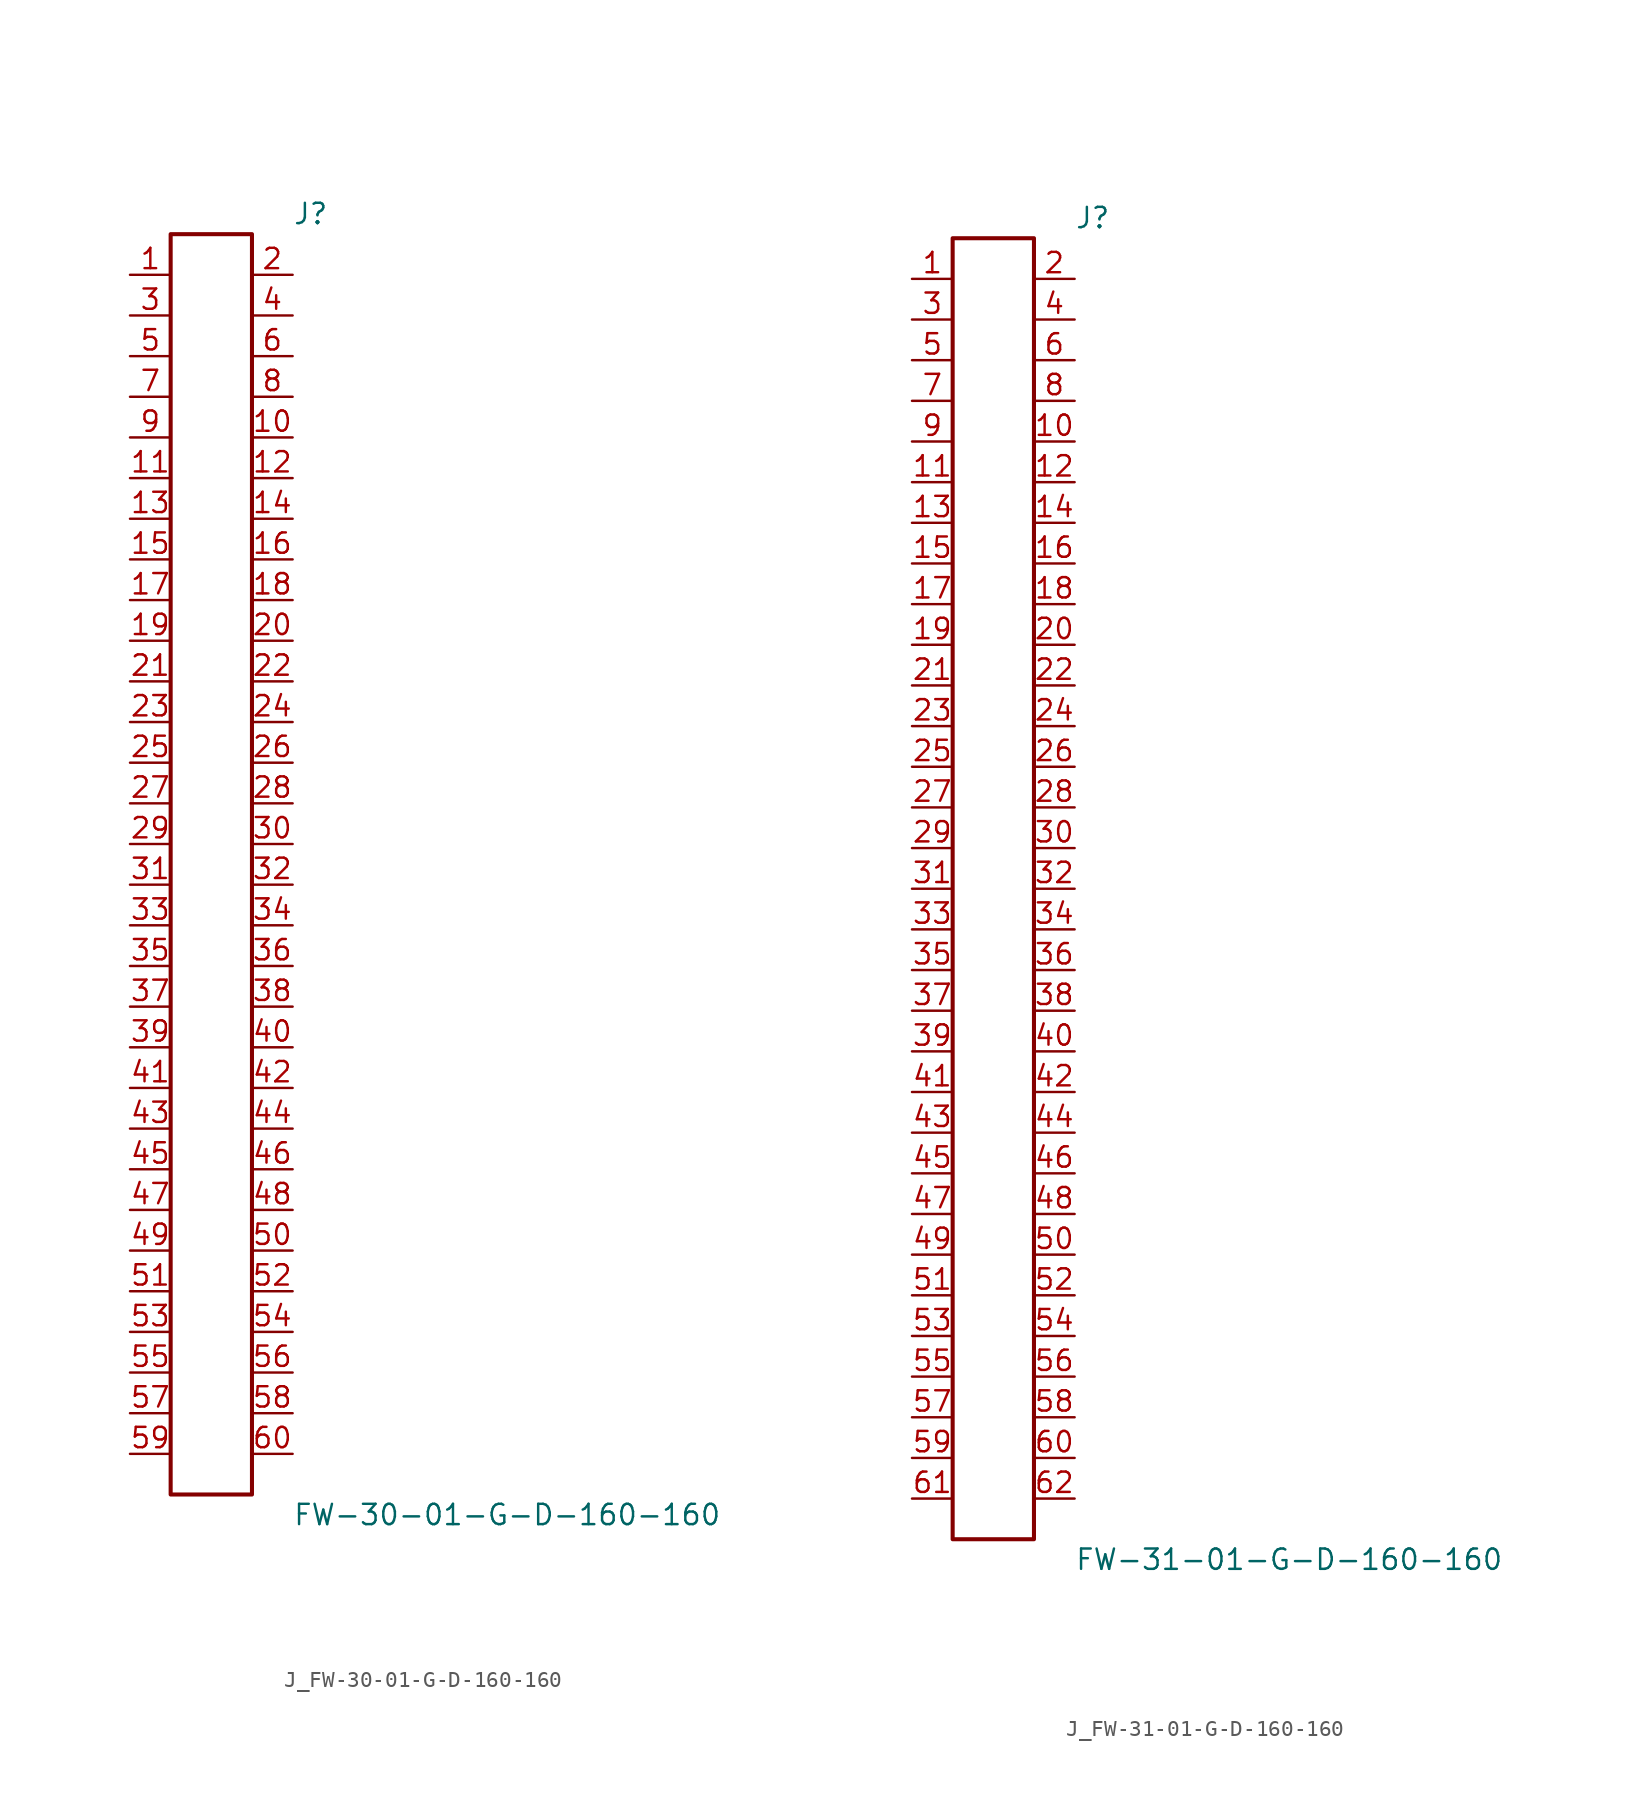
<source format=kicad_sym>
(kicad_symbol_lib
  (version 20231120)
  (generator kicad_symbol_editor)
  (generator_version 8.0)
  (symbol "J_FW-30-01-G-D-160-160"
    (pin_names
      (offset 0.254))
    (property "Reference" "J"
      (at 5.08 40.64 0)
      (effects (font (size 1.27 1.27)) (justify left)))
    (property "Value" "FW-30-01-G-D-160-160"
      (at 5.08 -40.64 0)
      (effects (font (size 1.27 1.27)) (justify left)))
    (symbol "J_FW-30-01-G-D-160-160_0_0"
      (pin unspecified line (at -5.08 36.83 0) (length 2.54) (name "" (effects (font (size 1.27 1.27)))) (number "1" (effects (font (size 1.27 1.27)))))
      (pin unspecified line (at 5.08 36.83 180) (length 2.54) (name "" (effects (font (size 1.27 1.27)))) (number "2" (effects (font (size 1.27 1.27)))))
      (pin unspecified line (at -5.08 34.29 0) (length 2.54) (name "" (effects (font (size 1.27 1.27)))) (number "3" (effects (font (size 1.27 1.27)))))
      (pin unspecified line (at 5.08 34.29 180) (length 2.54) (name "" (effects (font (size 1.27 1.27)))) (number "4" (effects (font (size 1.27 1.27)))))
      (pin unspecified line (at -5.08 31.75 0) (length 2.54) (name "" (effects (font (size 1.27 1.27)))) (number "5" (effects (font (size 1.27 1.27)))))
      (pin unspecified line (at 5.08 31.75 180) (length 2.54) (name "" (effects (font (size 1.27 1.27)))) (number "6" (effects (font (size 1.27 1.27)))))
      (pin unspecified line (at -5.08 29.21 0) (length 2.54) (name "" (effects (font (size 1.27 1.27)))) (number "7" (effects (font (size 1.27 1.27)))))
      (pin unspecified line (at 5.08 29.21 180) (length 2.54) (name "" (effects (font (size 1.27 1.27)))) (number "8" (effects (font (size 1.27 1.27)))))
      (pin unspecified line (at -5.08 26.67 0) (length 2.54) (name "" (effects (font (size 1.27 1.27)))) (number "9" (effects (font (size 1.27 1.27)))))
      (pin unspecified line (at 5.08 26.67 180) (length 2.54) (name "" (effects (font (size 1.27 1.27)))) (number "10" (effects (font (size 1.27 1.27)))))
      (pin unspecified line (at -5.08 24.13 0) (length 2.54) (name "" (effects (font (size 1.27 1.27)))) (number "11" (effects (font (size 1.27 1.27)))))
      (pin unspecified line (at 5.08 24.13 180) (length 2.54) (name "" (effects (font (size 1.27 1.27)))) (number "12" (effects (font (size 1.27 1.27)))))
      (pin unspecified line (at -5.08 21.59 0) (length 2.54) (name "" (effects (font (size 1.27 1.27)))) (number "13" (effects (font (size 1.27 1.27)))))
      (pin unspecified line (at 5.08 21.59 180) (length 2.54) (name "" (effects (font (size 1.27 1.27)))) (number "14" (effects (font (size 1.27 1.27)))))
      (pin unspecified line (at -5.08 19.05 0) (length 2.54) (name "" (effects (font (size 1.27 1.27)))) (number "15" (effects (font (size 1.27 1.27)))))
      (pin unspecified line (at 5.08 19.05 180) (length 2.54) (name "" (effects (font (size 1.27 1.27)))) (number "16" (effects (font (size 1.27 1.27)))))
      (pin unspecified line (at -5.08 16.51 0) (length 2.54) (name "" (effects (font (size 1.27 1.27)))) (number "17" (effects (font (size 1.27 1.27)))))
      (pin unspecified line (at 5.08 16.51 180) (length 2.54) (name "" (effects (font (size 1.27 1.27)))) (number "18" (effects (font (size 1.27 1.27)))))
      (pin unspecified line (at -5.08 13.97 0) (length 2.54) (name "" (effects (font (size 1.27 1.27)))) (number "19" (effects (font (size 1.27 1.27)))))
      (pin unspecified line (at 5.08 13.97 180) (length 2.54) (name "" (effects (font (size 1.27 1.27)))) (number "20" (effects (font (size 1.27 1.27)))))
      (pin unspecified line (at -5.08 11.43 0) (length 2.54) (name "" (effects (font (size 1.27 1.27)))) (number "21" (effects (font (size 1.27 1.27)))))
      (pin unspecified line (at 5.08 11.43 180) (length 2.54) (name "" (effects (font (size 1.27 1.27)))) (number "22" (effects (font (size 1.27 1.27)))))
      (pin unspecified line (at -5.08 8.89 0) (length 2.54) (name "" (effects (font (size 1.27 1.27)))) (number "23" (effects (font (size 1.27 1.27)))))
      (pin unspecified line (at 5.08 8.89 180) (length 2.54) (name "" (effects (font (size 1.27 1.27)))) (number "24" (effects (font (size 1.27 1.27)))))
      (pin unspecified line (at -5.08 6.35 0) (length 2.54) (name "" (effects (font (size 1.27 1.27)))) (number "25" (effects (font (size 1.27 1.27)))))
      (pin unspecified line (at 5.08 6.35 180) (length 2.54) (name "" (effects (font (size 1.27 1.27)))) (number "26" (effects (font (size 1.27 1.27)))))
      (pin unspecified line (at -5.08 3.81 0) (length 2.54) (name "" (effects (font (size 1.27 1.27)))) (number "27" (effects (font (size 1.27 1.27)))))
      (pin unspecified line (at 5.08 3.81 180) (length 2.54) (name "" (effects (font (size 1.27 1.27)))) (number "28" (effects (font (size 1.27 1.27)))))
      (pin unspecified line (at -5.08 1.27 0) (length 2.54) (name "" (effects (font (size 1.27 1.27)))) (number "29" (effects (font (size 1.27 1.27)))))
      (pin unspecified line (at 5.08 1.27 180) (length 2.54) (name "" (effects (font (size 1.27 1.27)))) (number "30" (effects (font (size 1.27 1.27)))))
      (pin unspecified line (at -5.08 -1.27 0) (length 2.54) (name "" (effects (font (size 1.27 1.27)))) (number "31" (effects (font (size 1.27 1.27)))))
      (pin unspecified line (at 5.08 -1.27 180) (length 2.54) (name "" (effects (font (size 1.27 1.27)))) (number "32" (effects (font (size 1.27 1.27)))))
      (pin unspecified line (at -5.08 -3.81 0) (length 2.54) (name "" (effects (font (size 1.27 1.27)))) (number "33" (effects (font (size 1.27 1.27)))))
      (pin unspecified line (at 5.08 -3.81 180) (length 2.54) (name "" (effects (font (size 1.27 1.27)))) (number "34" (effects (font (size 1.27 1.27)))))
      (pin unspecified line (at -5.08 -6.35 0) (length 2.54) (name "" (effects (font (size 1.27 1.27)))) (number "35" (effects (font (size 1.27 1.27)))))
      (pin unspecified line (at 5.08 -6.35 180) (length 2.54) (name "" (effects (font (size 1.27 1.27)))) (number "36" (effects (font (size 1.27 1.27)))))
      (pin unspecified line (at -5.08 -8.89 0) (length 2.54) (name "" (effects (font (size 1.27 1.27)))) (number "37" (effects (font (size 1.27 1.27)))))
      (pin unspecified line (at 5.08 -8.89 180) (length 2.54) (name "" (effects (font (size 1.27 1.27)))) (number "38" (effects (font (size 1.27 1.27)))))
      (pin unspecified line (at -5.08 -11.43 0) (length 2.54) (name "" (effects (font (size 1.27 1.27)))) (number "39" (effects (font (size 1.27 1.27)))))
      (pin unspecified line (at 5.08 -11.43 180) (length 2.54) (name "" (effects (font (size 1.27 1.27)))) (number "40" (effects (font (size 1.27 1.27)))))
      (pin unspecified line (at -5.08 -13.97 0) (length 2.54) (name "" (effects (font (size 1.27 1.27)))) (number "41" (effects (font (size 1.27 1.27)))))
      (pin unspecified line (at 5.08 -13.97 180) (length 2.54) (name "" (effects (font (size 1.27 1.27)))) (number "42" (effects (font (size 1.27 1.27)))))
      (pin unspecified line (at -5.08 -16.51 0) (length 2.54) (name "" (effects (font (size 1.27 1.27)))) (number "43" (effects (font (size 1.27 1.27)))))
      (pin unspecified line (at 5.08 -16.51 180) (length 2.54) (name "" (effects (font (size 1.27 1.27)))) (number "44" (effects (font (size 1.27 1.27)))))
      (pin unspecified line (at -5.08 -19.05 0) (length 2.54) (name "" (effects (font (size 1.27 1.27)))) (number "45" (effects (font (size 1.27 1.27)))))
      (pin unspecified line (at 5.08 -19.05 180) (length 2.54) (name "" (effects (font (size 1.27 1.27)))) (number "46" (effects (font (size 1.27 1.27)))))
      (pin unspecified line (at -5.08 -21.59 0) (length 2.54) (name "" (effects (font (size 1.27 1.27)))) (number "47" (effects (font (size 1.27 1.27)))))
      (pin unspecified line (at 5.08 -21.59 180) (length 2.54) (name "" (effects (font (size 1.27 1.27)))) (number "48" (effects (font (size 1.27 1.27)))))
      (pin unspecified line (at -5.08 -24.13 0) (length 2.54) (name "" (effects (font (size 1.27 1.27)))) (number "49" (effects (font (size 1.27 1.27)))))
      (pin unspecified line (at 5.08 -24.13 180) (length 2.54) (name "" (effects (font (size 1.27 1.27)))) (number "50" (effects (font (size 1.27 1.27)))))
      (pin unspecified line (at -5.08 -26.67 0) (length 2.54) (name "" (effects (font (size 1.27 1.27)))) (number "51" (effects (font (size 1.27 1.27)))))
      (pin unspecified line (at 5.08 -26.67 180) (length 2.54) (name "" (effects (font (size 1.27 1.27)))) (number "52" (effects (font (size 1.27 1.27)))))
      (pin unspecified line (at -5.08 -29.21 0) (length 2.54) (name "" (effects (font (size 1.27 1.27)))) (number "53" (effects (font (size 1.27 1.27)))))
      (pin unspecified line (at 5.08 -29.21 180) (length 2.54) (name "" (effects (font (size 1.27 1.27)))) (number "54" (effects (font (size 1.27 1.27)))))
      (pin unspecified line (at -5.08 -31.75 0) (length 2.54) (name "" (effects (font (size 1.27 1.27)))) (number "55" (effects (font (size 1.27 1.27)))))
      (pin unspecified line (at 5.08 -31.75 180) (length 2.54) (name "" (effects (font (size 1.27 1.27)))) (number "56" (effects (font (size 1.27 1.27)))))
      (pin unspecified line (at -5.08 -34.29 0) (length 2.54) (name "" (effects (font (size 1.27 1.27)))) (number "57" (effects (font (size 1.27 1.27)))))
      (pin unspecified line (at 5.08 -34.29 180) (length 2.54) (name "" (effects (font (size 1.27 1.27)))) (number "58" (effects (font (size 1.27 1.27)))))
      (pin unspecified line (at -5.08 -36.83 0) (length 2.54) (name "" (effects (font (size 1.27 1.27)))) (number "59" (effects (font (size 1.27 1.27)))))
      (pin unspecified line (at 5.08 -36.83 180) (length 2.54) (name "" (effects (font (size 1.27 1.27)))) (number "60" (effects (font (size 1.27 1.27))))))
    (symbol "J_FW-30-01-G-D-160-160_1_0"
      (rectangle (start -2.54 39.37) (end 2.54 -39.37) (stroke (width 0.254) (type solid)) (fill (type none)))))
  (symbol "J_FW-31-01-G-D-160-160"
    (pin_names
      (offset 0.254))
    (property "Reference" "J"
      (at 5.08 41.91 0)
      (effects (font (size 1.27 1.27)) (justify left)))
    (property "Value" "FW-31-01-G-D-160-160"
      (at 5.08 -41.91 0)
      (effects (font (size 1.27 1.27)) (justify left)))
    (symbol "J_FW-31-01-G-D-160-160_0_0"
      (pin unspecified line (at -5.08 38.1 0) (length 2.54) (name "" (effects (font (size 1.27 1.27)))) (number "1" (effects (font (size 1.27 1.27)))))
      (pin unspecified line (at 5.08 38.1 180) (length 2.54) (name "" (effects (font (size 1.27 1.27)))) (number "2" (effects (font (size 1.27 1.27)))))
      (pin unspecified line (at -5.08 35.56 0) (length 2.54) (name "" (effects (font (size 1.27 1.27)))) (number "3" (effects (font (size 1.27 1.27)))))
      (pin unspecified line (at 5.08 35.56 180) (length 2.54) (name "" (effects (font (size 1.27 1.27)))) (number "4" (effects (font (size 1.27 1.27)))))
      (pin unspecified line (at -5.08 33.02 0) (length 2.54) (name "" (effects (font (size 1.27 1.27)))) (number "5" (effects (font (size 1.27 1.27)))))
      (pin unspecified line (at 5.08 33.02 180) (length 2.54) (name "" (effects (font (size 1.27 1.27)))) (number "6" (effects (font (size 1.27 1.27)))))
      (pin unspecified line (at -5.08 30.48 0) (length 2.54) (name "" (effects (font (size 1.27 1.27)))) (number "7" (effects (font (size 1.27 1.27)))))
      (pin unspecified line (at 5.08 30.48 180) (length 2.54) (name "" (effects (font (size 1.27 1.27)))) (number "8" (effects (font (size 1.27 1.27)))))
      (pin unspecified line (at -5.08 27.94 0) (length 2.54) (name "" (effects (font (size 1.27 1.27)))) (number "9" (effects (font (size 1.27 1.27)))))
      (pin unspecified line (at 5.08 27.94 180) (length 2.54) (name "" (effects (font (size 1.27 1.27)))) (number "10" (effects (font (size 1.27 1.27)))))
      (pin unspecified line (at -5.08 25.4 0) (length 2.54) (name "" (effects (font (size 1.27 1.27)))) (number "11" (effects (font (size 1.27 1.27)))))
      (pin unspecified line (at 5.08 25.4 180) (length 2.54) (name "" (effects (font (size 1.27 1.27)))) (number "12" (effects (font (size 1.27 1.27)))))
      (pin unspecified line (at -5.08 22.86 0) (length 2.54) (name "" (effects (font (size 1.27 1.27)))) (number "13" (effects (font (size 1.27 1.27)))))
      (pin unspecified line (at 5.08 22.86 180) (length 2.54) (name "" (effects (font (size 1.27 1.27)))) (number "14" (effects (font (size 1.27 1.27)))))
      (pin unspecified line (at -5.08 20.32 0) (length 2.54) (name "" (effects (font (size 1.27 1.27)))) (number "15" (effects (font (size 1.27 1.27)))))
      (pin unspecified line (at 5.08 20.32 180) (length 2.54) (name "" (effects (font (size 1.27 1.27)))) (number "16" (effects (font (size 1.27 1.27)))))
      (pin unspecified line (at -5.08 17.78 0) (length 2.54) (name "" (effects (font (size 1.27 1.27)))) (number "17" (effects (font (size 1.27 1.27)))))
      (pin unspecified line (at 5.08 17.78 180) (length 2.54) (name "" (effects (font (size 1.27 1.27)))) (number "18" (effects (font (size 1.27 1.27)))))
      (pin unspecified line (at -5.08 15.24 0) (length 2.54) (name "" (effects (font (size 1.27 1.27)))) (number "19" (effects (font (size 1.27 1.27)))))
      (pin unspecified line (at 5.08 15.24 180) (length 2.54) (name "" (effects (font (size 1.27 1.27)))) (number "20" (effects (font (size 1.27 1.27)))))
      (pin unspecified line (at -5.08 12.7 0) (length 2.54) (name "" (effects (font (size 1.27 1.27)))) (number "21" (effects (font (size 1.27 1.27)))))
      (pin unspecified line (at 5.08 12.7 180) (length 2.54) (name "" (effects (font (size 1.27 1.27)))) (number "22" (effects (font (size 1.27 1.27)))))
      (pin unspecified line (at -5.08 10.16 0) (length 2.54) (name "" (effects (font (size 1.27 1.27)))) (number "23" (effects (font (size 1.27 1.27)))))
      (pin unspecified line (at 5.08 10.16 180) (length 2.54) (name "" (effects (font (size 1.27 1.27)))) (number "24" (effects (font (size 1.27 1.27)))))
      (pin unspecified line (at -5.08 7.62 0) (length 2.54) (name "" (effects (font (size 1.27 1.27)))) (number "25" (effects (font (size 1.27 1.27)))))
      (pin unspecified line (at 5.08 7.62 180) (length 2.54) (name "" (effects (font (size 1.27 1.27)))) (number "26" (effects (font (size 1.27 1.27)))))
      (pin unspecified line (at -5.08 5.08 0) (length 2.54) (name "" (effects (font (size 1.27 1.27)))) (number "27" (effects (font (size 1.27 1.27)))))
      (pin unspecified line (at 5.08 5.08 180) (length 2.54) (name "" (effects (font (size 1.27 1.27)))) (number "28" (effects (font (size 1.27 1.27)))))
      (pin unspecified line (at -5.08 2.54 0) (length 2.54) (name "" (effects (font (size 1.27 1.27)))) (number "29" (effects (font (size 1.27 1.27)))))
      (pin unspecified line (at 5.08 2.54 180) (length 2.54) (name "" (effects (font (size 1.27 1.27)))) (number "30" (effects (font (size 1.27 1.27)))))
      (pin unspecified line (at -5.08 0.0 0) (length 2.54) (name "" (effects (font (size 1.27 1.27)))) (number "31" (effects (font (size 1.27 1.27)))))
      (pin unspecified line (at 5.08 0.0 180) (length 2.54) (name "" (effects (font (size 1.27 1.27)))) (number "32" (effects (font (size 1.27 1.27)))))
      (pin unspecified line (at -5.08 -2.54 0) (length 2.54) (name "" (effects (font (size 1.27 1.27)))) (number "33" (effects (font (size 1.27 1.27)))))
      (pin unspecified line (at 5.08 -2.54 180) (length 2.54) (name "" (effects (font (size 1.27 1.27)))) (number "34" (effects (font (size 1.27 1.27)))))
      (pin unspecified line (at -5.08 -5.08 0) (length 2.54) (name "" (effects (font (size 1.27 1.27)))) (number "35" (effects (font (size 1.27 1.27)))))
      (pin unspecified line (at 5.08 -5.08 180) (length 2.54) (name "" (effects (font (size 1.27 1.27)))) (number "36" (effects (font (size 1.27 1.27)))))
      (pin unspecified line (at -5.08 -7.62 0) (length 2.54) (name "" (effects (font (size 1.27 1.27)))) (number "37" (effects (font (size 1.27 1.27)))))
      (pin unspecified line (at 5.08 -7.62 180) (length 2.54) (name "" (effects (font (size 1.27 1.27)))) (number "38" (effects (font (size 1.27 1.27)))))
      (pin unspecified line (at -5.08 -10.16 0) (length 2.54) (name "" (effects (font (size 1.27 1.27)))) (number "39" (effects (font (size 1.27 1.27)))))
      (pin unspecified line (at 5.08 -10.16 180) (length 2.54) (name "" (effects (font (size 1.27 1.27)))) (number "40" (effects (font (size 1.27 1.27)))))
      (pin unspecified line (at -5.08 -12.7 0) (length 2.54) (name "" (effects (font (size 1.27 1.27)))) (number "41" (effects (font (size 1.27 1.27)))))
      (pin unspecified line (at 5.08 -12.7 180) (length 2.54) (name "" (effects (font (size 1.27 1.27)))) (number "42" (effects (font (size 1.27 1.27)))))
      (pin unspecified line (at -5.08 -15.24 0) (length 2.54) (name "" (effects (font (size 1.27 1.27)))) (number "43" (effects (font (size 1.27 1.27)))))
      (pin unspecified line (at 5.08 -15.24 180) (length 2.54) (name "" (effects (font (size 1.27 1.27)))) (number "44" (effects (font (size 1.27 1.27)))))
      (pin unspecified line (at -5.08 -17.78 0) (length 2.54) (name "" (effects (font (size 1.27 1.27)))) (number "45" (effects (font (size 1.27 1.27)))))
      (pin unspecified line (at 5.08 -17.78 180) (length 2.54) (name "" (effects (font (size 1.27 1.27)))) (number "46" (effects (font (size 1.27 1.27)))))
      (pin unspecified line (at -5.08 -20.32 0) (length 2.54) (name "" (effects (font (size 1.27 1.27)))) (number "47" (effects (font (size 1.27 1.27)))))
      (pin unspecified line (at 5.08 -20.32 180) (length 2.54) (name "" (effects (font (size 1.27 1.27)))) (number "48" (effects (font (size 1.27 1.27)))))
      (pin unspecified line (at -5.08 -22.86 0) (length 2.54) (name "" (effects (font (size 1.27 1.27)))) (number "49" (effects (font (size 1.27 1.27)))))
      (pin unspecified line (at 5.08 -22.86 180) (length 2.54) (name "" (effects (font (size 1.27 1.27)))) (number "50" (effects (font (size 1.27 1.27)))))
      (pin unspecified line (at -5.08 -25.4 0) (length 2.54) (name "" (effects (font (size 1.27 1.27)))) (number "51" (effects (font (size 1.27 1.27)))))
      (pin unspecified line (at 5.08 -25.4 180) (length 2.54) (name "" (effects (font (size 1.27 1.27)))) (number "52" (effects (font (size 1.27 1.27)))))
      (pin unspecified line (at -5.08 -27.94 0) (length 2.54) (name "" (effects (font (size 1.27 1.27)))) (number "53" (effects (font (size 1.27 1.27)))))
      (pin unspecified line (at 5.08 -27.94 180) (length 2.54) (name "" (effects (font (size 1.27 1.27)))) (number "54" (effects (font (size 1.27 1.27)))))
      (pin unspecified line (at -5.08 -30.48 0) (length 2.54) (name "" (effects (font (size 1.27 1.27)))) (number "55" (effects (font (size 1.27 1.27)))))
      (pin unspecified line (at 5.08 -30.48 180) (length 2.54) (name "" (effects (font (size 1.27 1.27)))) (number "56" (effects (font (size 1.27 1.27)))))
      (pin unspecified line (at -5.08 -33.02 0) (length 2.54) (name "" (effects (font (size 1.27 1.27)))) (number "57" (effects (font (size 1.27 1.27)))))
      (pin unspecified line (at 5.08 -33.02 180) (length 2.54) (name "" (effects (font (size 1.27 1.27)))) (number "58" (effects (font (size 1.27 1.27)))))
      (pin unspecified line (at -5.08 -35.56 0) (length 2.54) (name "" (effects (font (size 1.27 1.27)))) (number "59" (effects (font (size 1.27 1.27)))))
      (pin unspecified line (at 5.08 -35.56 180) (length 2.54) (name "" (effects (font (size 1.27 1.27)))) (number "60" (effects (font (size 1.27 1.27)))))
      (pin unspecified line (at -5.08 -38.1 0) (length 2.54) (name "" (effects (font (size 1.27 1.27)))) (number "61" (effects (font (size 1.27 1.27)))))
      (pin unspecified line (at 5.08 -38.1 180) (length 2.54) (name "" (effects (font (size 1.27 1.27)))) (number "62" (effects (font (size 1.27 1.27))))))
    (symbol "J_FW-31-01-G-D-160-160_1_0"
      (rectangle (start -2.54 40.64) (end 2.54 -40.64) (stroke (width 0.254) (type solid)) (fill (type none))))))
</source>
